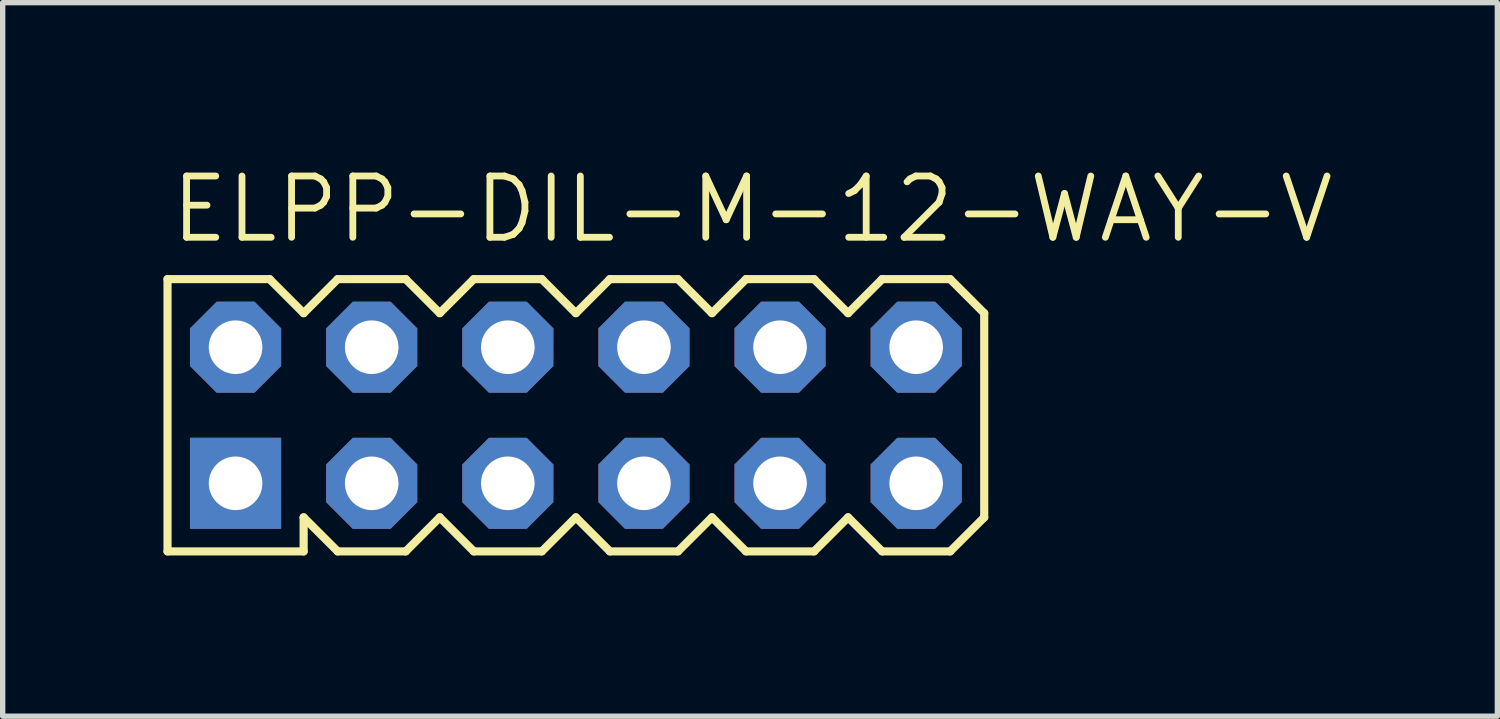
<source format=kicad_pcb>
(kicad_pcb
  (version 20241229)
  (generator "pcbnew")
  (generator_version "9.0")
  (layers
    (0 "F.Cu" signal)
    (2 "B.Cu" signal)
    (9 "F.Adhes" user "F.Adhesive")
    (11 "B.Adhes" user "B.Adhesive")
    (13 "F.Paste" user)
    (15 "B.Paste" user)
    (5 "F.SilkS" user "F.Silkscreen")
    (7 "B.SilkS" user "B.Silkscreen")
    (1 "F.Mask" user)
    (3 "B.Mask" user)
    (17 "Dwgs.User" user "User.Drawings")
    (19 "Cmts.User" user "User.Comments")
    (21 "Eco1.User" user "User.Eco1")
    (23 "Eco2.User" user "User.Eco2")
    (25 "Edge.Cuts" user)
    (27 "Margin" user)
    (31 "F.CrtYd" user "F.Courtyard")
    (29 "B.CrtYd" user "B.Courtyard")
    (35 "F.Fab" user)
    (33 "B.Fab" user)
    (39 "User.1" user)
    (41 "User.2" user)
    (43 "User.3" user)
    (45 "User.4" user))
  (footprint "ELPP-DIL-M-12-WAY-V"
    (layer "F.Cu")
    (at 7.696 4.699)
    (property "Reference" "ELPP-DIL-M-12-WAY-V" (at -7.62 -3.175 0) (unlocked yes) (layer "F.SilkS") (effects (font (size 1.143 1.143) (thickness 0.127)) (justify left bottom)))
    (fp_line (start -7.62 -2.54) (end -5.715 -2.54) (stroke (width 0.152) (type solid)) (layer "F.SilkS"))
    (fp_line (start -7.62 2.54) (end -7.62 -2.54) (stroke (width 0.152) (type solid)) (layer "F.SilkS"))
    (fp_line (start -7.62 2.54) (end -5.08 2.54) (stroke (width 0.152) (type solid)) (layer "F.SilkS"))
    (fp_line (start -5.715 -2.54) (end -5.08 -1.905) (stroke (width 0.152) (type solid)) (layer "F.SilkS"))
    (fp_line (start -5.08 -1.905) (end -4.445 -2.54) (stroke (width 0.152) (type solid)) (layer "F.SilkS"))
    (fp_line (start -5.08 2.54) (end -5.08 1.905) (stroke (width 0.152) (type solid)) (layer "F.SilkS"))
    (fp_line (start -4.445 -2.54) (end -3.175 -2.54) (stroke (width 0.152) (type solid)) (layer "F.SilkS"))
    (fp_line (start -4.445 2.54) (end -5.08 1.905) (stroke (width 0.152) (type solid)) (layer "F.SilkS"))
    (fp_line (start -3.175 -2.54) (end -2.54 -1.905) (stroke (width 0.152) (type solid)) (layer "F.SilkS"))
    (fp_line (start -3.175 2.54) (end -4.445 2.54) (stroke (width 0.152) (type solid)) (layer "F.SilkS"))
    (fp_line (start -2.54 -1.905) (end -1.905 -2.54) (stroke (width 0.152) (type solid)) (layer "F.SilkS"))
    (fp_line (start -2.54 1.905) (end -3.175 2.54) (stroke (width 0.152) (type solid)) (layer "F.SilkS"))
    (fp_line (start -1.905 -2.54) (end -0.635 -2.54) (stroke (width 0.152) (type solid)) (layer "F.SilkS"))
    (fp_line (start -1.905 2.54) (end -2.54 1.905) (stroke (width 0.152) (type solid)) (layer "F.SilkS"))
    (fp_line (start -0.635 -2.54) (end 0 -1.905) (stroke (width 0.152) (type solid)) (layer "F.SilkS"))
    (fp_line (start -0.635 2.54) (end -1.905 2.54) (stroke (width 0.152) (type solid)) (layer "F.SilkS"))
    (fp_line (start 0 1.905) (end -0.635 2.54) (stroke (width 0.152) (type solid)) (layer "F.SilkS"))
    (fp_line (start 0 1.905) (end 0.635 2.54) (stroke (width 0.152) (type solid)) (layer "F.SilkS"))
    (fp_line (start 0.635 -2.54) (end 0 -1.905) (stroke (width 0.152) (type solid)) (layer "F.SilkS"))
    (fp_line (start 0.635 -2.54) (end 1.905 -2.54) (stroke (width 0.152) (type solid)) (layer "F.SilkS"))
    (fp_line (start 1.905 -2.54) (end 2.54 -1.905) (stroke (width 0.152) (type solid)) (layer "F.SilkS"))
    (fp_line (start 1.905 2.54) (end 0.635 2.54) (stroke (width 0.152) (type solid)) (layer "F.SilkS"))
    (fp_line (start 2.54 -1.905) (end 3.175 -2.54) (stroke (width 0.152) (type solid)) (layer "F.SilkS"))
    (fp_line (start 2.54 1.905) (end 1.905 2.54) (stroke (width 0.152) (type solid)) (layer "F.SilkS"))
    (fp_line (start 3.175 -2.54) (end 4.445 -2.54) (stroke (width 0.152) (type solid)) (layer "F.SilkS"))
    (fp_line (start 3.175 2.54) (end 2.54 1.905) (stroke (width 0.152) (type solid)) (layer "F.SilkS"))
    (fp_line (start 4.445 -2.54) (end 5.08 -1.905) (stroke (width 0.152) (type solid)) (layer "F.SilkS"))
    (fp_line (start 4.445 2.54) (end 3.175 2.54) (stroke (width 0.152) (type solid)) (layer "F.SilkS"))
    (fp_line (start 5.08 -1.905) (end 5.715 -2.54) (stroke (width 0.152) (type solid)) (layer "F.SilkS"))
    (fp_line (start 5.08 1.905) (end 4.445 2.54) (stroke (width 0.152) (type solid)) (layer "F.SilkS"))
    (fp_line (start 5.715 -2.54) (end 6.985 -2.54) (stroke (width 0.152) (type solid)) (layer "F.SilkS"))
    (fp_line (start 5.715 2.54) (end 5.08 1.905) (stroke (width 0.152) (type solid)) (layer "F.SilkS"))
    (fp_line (start 6.985 -2.54) (end 7.62 -1.905) (stroke (width 0.152) (type solid)) (layer "F.SilkS"))
    (fp_line (start 6.985 2.54) (end 5.715 2.54) (stroke (width 0.152) (type solid)) (layer "F.SilkS"))
    (fp_line (start 7.62 1.905) (end 6.985 2.54) (stroke (width 0.152) (type solid)) (layer "F.SilkS"))
    (fp_line (start 7.62 1.905) (end 7.62 -1.905) (stroke (width 0.152) (type solid)) (layer "F.SilkS"))
    (fp_poly (pts (xy -6.604 -1.016) (xy -6.096 -1.016) (xy -6.096 -1.524) (xy -6.604 -1.524)) (stroke (width 0.1) (type default)) (fill no) (layer "F.Fab"))
    (fp_poly (pts (xy -6.604 1.524) (xy -6.096 1.524) (xy -6.096 1.016) (xy -6.604 1.016)) (stroke (width 0.1) (type default)) (fill no) (layer "F.Fab"))
    (fp_poly (pts (xy -4.064 -1.016) (xy -3.556 -1.016) (xy -3.556 -1.524) (xy -4.064 -1.524)) (stroke (width 0.1) (type default)) (fill no) (layer "F.Fab"))
    (fp_poly (pts (xy -4.064 1.524) (xy -3.556 1.524) (xy -3.556 1.016) (xy -4.064 1.016)) (stroke (width 0.1) (type default)) (fill no) (layer "F.Fab"))
    (fp_poly (pts (xy -1.524 -1.016) (xy -1.016 -1.016) (xy -1.016 -1.524) (xy -1.524 -1.524)) (stroke (width 0.1) (type default)) (fill no) (layer "F.Fab"))
    (fp_poly (pts (xy -1.524 1.524) (xy -1.016 1.524) (xy -1.016 1.016) (xy -1.524 1.016)) (stroke (width 0.1) (type default)) (fill no) (layer "F.Fab"))
    (fp_poly (pts (xy 1.016 -1.016) (xy 1.524 -1.016) (xy 1.524 -1.524) (xy 1.016 -1.524)) (stroke (width 0.1) (type default)) (fill no) (layer "F.Fab"))
    (fp_poly (pts (xy 1.016 1.524) (xy 1.524 1.524) (xy 1.524 1.016) (xy 1.016 1.016)) (stroke (width 0.1) (type default)) (fill no) (layer "F.Fab"))
    (fp_poly (pts (xy 3.556 -1.016) (xy 4.064 -1.016) (xy 4.064 -1.524) (xy 3.556 -1.524)) (stroke (width 0.1) (type default)) (fill no) (layer "F.Fab"))
    (fp_poly (pts (xy 3.556 1.524) (xy 4.064 1.524) (xy 4.064 1.016) (xy 3.556 1.016)) (stroke (width 0.1) (type default)) (fill no) (layer "F.Fab"))
    (fp_poly (pts (xy 6.096 -1.016) (xy 6.604 -1.016) (xy 6.604 -1.524) (xy 6.096 -1.524)) (stroke (width 0.1) (type default)) (fill no) (layer "F.Fab"))
    (fp_poly (pts (xy 6.096 1.524) (xy 6.604 1.524) (xy 6.604 1.016) (xy 6.096 1.016)) (stroke (width 0.1) (type default)) (fill no) (layer "F.Fab"))
    (pad "1" thru_hole rect (at -6.35 1.27 90) (size 1.7 1.7) (drill 1) (layers "*.Cu" "*.Mask"))
    (pad "2" thru_hole roundrect (at -6.35 -1.27 90) (size 1.7 1.7) (drill 1) (layers "*.Cu" "*.Mask") (roundrect_rratio 0.25) (chamfer_ratio 0.293) (chamfer top_left top_right bottom_left bottom_right))
    (pad "3" thru_hole roundrect (at -3.81 1.27 90) (size 1.7 1.7) (drill 1) (layers "*.Cu" "*.Mask") (roundrect_rratio 0.25) (chamfer_ratio 0.293) (chamfer top_left top_right bottom_left bottom_right))
    (pad "4" thru_hole roundrect (at -3.81 -1.27 90) (size 1.7 1.7) (drill 1) (layers "*.Cu" "*.Mask") (roundrect_rratio 0.25) (chamfer_ratio 0.293) (chamfer top_left top_right bottom_left bottom_right))
    (pad "5" thru_hole roundrect (at -1.27 1.27 90) (size 1.7 1.7) (drill 1) (layers "*.Cu" "*.Mask") (roundrect_rratio 0.25) (chamfer_ratio 0.293) (chamfer top_left top_right bottom_left bottom_right))
    (pad "6" thru_hole roundrect (at -1.27 -1.27 90) (size 1.7 1.7) (drill 1) (layers "*.Cu" "*.Mask") (roundrect_rratio 0.25) (chamfer_ratio 0.293) (chamfer top_left top_right bottom_left bottom_right))
    (pad "7" thru_hole roundrect (at 1.27 1.27 90) (size 1.7 1.7) (drill 1) (layers "*.Cu" "*.Mask") (roundrect_rratio 0.25) (chamfer_ratio 0.293) (chamfer top_left top_right bottom_left bottom_right))
    (pad "8" thru_hole roundrect (at 1.27 -1.27 90) (size 1.7 1.7) (drill 1) (layers "*.Cu" "*.Mask") (roundrect_rratio 0.25) (chamfer_ratio 0.293) (chamfer top_left top_right bottom_left bottom_right))
    (pad "9" thru_hole roundrect (at 3.81 1.27 90) (size 1.7 1.7) (drill 1) (layers "*.Cu" "*.Mask") (roundrect_rratio 0.25) (chamfer_ratio 0.293) (chamfer top_left top_right bottom_left bottom_right))
    (pad "10" thru_hole roundrect (at 3.81 -1.27 90) (size 1.7 1.7) (drill 1) (layers "*.Cu" "*.Mask") (roundrect_rratio 0.25) (chamfer_ratio 0.293) (chamfer top_left top_right bottom_left bottom_right))
    (pad "11" thru_hole roundrect (at 6.35 1.27 90) (size 1.7 1.7) (drill 1) (layers "*.Cu" "*.Mask") (roundrect_rratio 0.25) (chamfer_ratio 0.293) (chamfer top_left top_right bottom_left bottom_right))
    (pad "12" thru_hole roundrect (at 6.35 -1.27 90) (size 1.7 1.7) (drill 1) (layers "*.Cu" "*.Mask") (roundrect_rratio 0.25) (chamfer_ratio 0.293) (chamfer top_left top_right bottom_left bottom_right)))
  (gr_rect
    (start -3 -3)
    (end 24.891 10.315)
    (stroke (width 0.1) (type default))
    (fill no)
    (layer "Edge.Cuts")))
</source>
